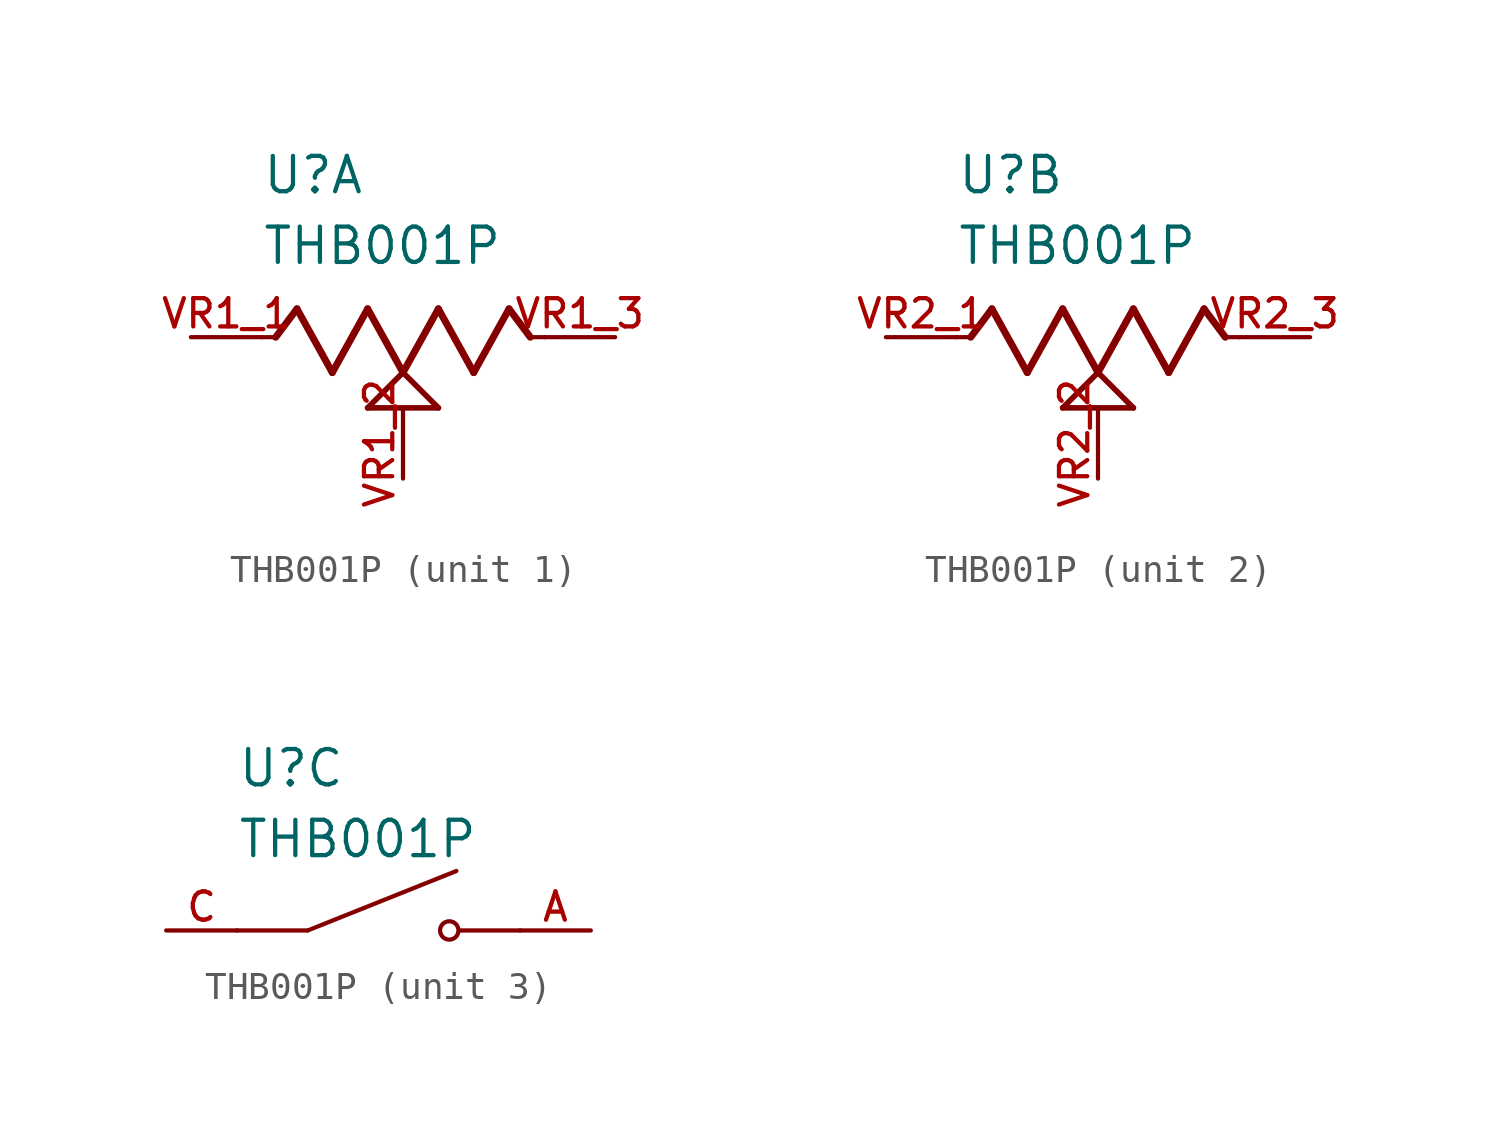
<source format=kicad_sym>
(kicad_symbol_lib
  (version 20211014)
  (generator kicad_symbol_editor)
  (symbol "THB001P"
    (pin_names
      (offset 1.016))
    (property "Reference" "U"
      (at -5.08 5.08 0)
      (effects (font (size 1.27 1.27)) (justify bottom left)))
    (property "Value" "THB001P"
      (at -5.08 2.54 0)
      (effects (font (size 1.27 1.27)) (justify bottom left)))
    (symbol "THB001P_1_0"
      (polyline (pts (xy -5.08 0.0) (xy -4.572 0.0)) (stroke (width 0.152)))
      (polyline (pts (xy -4.572 0.0) (xy -3.81 1.016)) (stroke (width 0.254)))
      (polyline (pts (xy -3.81 1.016) (xy -2.54 -1.27)) (stroke (width 0.254)))
      (polyline (pts (xy -2.54 -1.27) (xy -1.27 1.016)) (stroke (width 0.254)))
      (polyline (pts (xy -1.27 1.016) (xy 0.0 -1.27)) (stroke (width 0.254)))
      (polyline (pts (xy 0.0 -1.27) (xy 1.27 1.016)) (stroke (width 0.254)))
      (polyline (pts (xy 1.27 1.016) (xy 2.54 -1.27)) (stroke (width 0.254)))
      (polyline (pts (xy 2.54 -1.27) (xy 3.81 1.016)) (stroke (width 0.254)))
      (polyline (pts (xy 3.81 1.016) (xy 4.572 0.0)) (stroke (width 0.254)))
      (polyline (pts (xy 4.572 0.0) (xy 5.08 0.0)) (stroke (width 0.152)))
      (polyline (pts (xy 0.0 -1.27) (xy 1.27 -2.54)) (stroke (width 0.203)))
      (polyline (pts (xy -1.27 -2.54) (xy 0.0 -1.27)) (stroke (width 0.203)))
      (polyline (pts (xy 1.27 -2.54) (xy -1.27 -2.54)) (stroke (width 0.203)))
      (pin passive line (at -7.62 0.0 0) (length 2.54) (name "~" (effects (font (size 1.016 1.016)))) (number "VR1_1" (effects (font (size 1.016 1.016)))))
      (pin passive line (at 7.62 0.0 180.0) (length 2.54) (name "~" (effects (font (size 1.016 1.016)))) (number "VR1_3" (effects (font (size 1.016 1.016)))))
      (pin passive line (at 0.0 -5.08 90.0) (length 2.54) (name "~" (effects (font (size 1.016 1.016)))) (number "VR1_2" (effects (font (size 1.016 1.016))))))
    (symbol "THB001P_2_0"
      (polyline (pts (xy -5.08 0.0) (xy -4.572 0.0)) (stroke (width 0.152)))
      (polyline (pts (xy -4.572 0.0) (xy -3.81 1.016)) (stroke (width 0.254)))
      (polyline (pts (xy -3.81 1.016) (xy -2.54 -1.27)) (stroke (width 0.254)))
      (polyline (pts (xy -2.54 -1.27) (xy -1.27 1.016)) (stroke (width 0.254)))
      (polyline (pts (xy -1.27 1.016) (xy 0.0 -1.27)) (stroke (width 0.254)))
      (polyline (pts (xy 0.0 -1.27) (xy 1.27 1.016)) (stroke (width 0.254)))
      (polyline (pts (xy 1.27 1.016) (xy 2.54 -1.27)) (stroke (width 0.254)))
      (polyline (pts (xy 2.54 -1.27) (xy 3.81 1.016)) (stroke (width 0.254)))
      (polyline (pts (xy 3.81 1.016) (xy 4.572 0.0)) (stroke (width 0.254)))
      (polyline (pts (xy 4.572 0.0) (xy 5.08 0.0)) (stroke (width 0.152)))
      (polyline (pts (xy 0.0 -1.27) (xy 1.27 -2.54)) (stroke (width 0.203)))
      (polyline (pts (xy -1.27 -2.54) (xy 0.0 -1.27)) (stroke (width 0.203)))
      (polyline (pts (xy 1.27 -2.54) (xy -1.27 -2.54)) (stroke (width 0.203)))
      (pin passive line (at -7.62 0.0 0) (length 2.54) (name "~" (effects (font (size 1.016 1.016)))) (number "VR2_1" (effects (font (size 1.016 1.016)))))
      (pin passive line (at 7.62 0.0 180.0) (length 2.54) (name "~" (effects (font (size 1.016 1.016)))) (number "VR2_3" (effects (font (size 1.016 1.016)))))
      (pin passive line (at 0.0 -5.08 90.0) (length 2.54) (name "~" (effects (font (size 1.016 1.016)))) (number "VR2_2" (effects (font (size 1.016 1.016))))))
    (symbol "THB001P_3_0"
      (polyline (pts (xy -2.54 0.0) (xy 2.794 2.134)) (stroke (width 0.152)))
      (circle (center 2.54 0.0) (radius 0.33) (stroke (width 0.152)) (fill (type none)))
      (polyline (pts (xy 5.08 0.0) (xy 2.921 0.0)) (stroke (width 0.152)))
      (polyline (pts (xy -2.54 0.0) (xy -5.08 0.0)) (stroke (width 0.152)))
      (pin passive line (at -7.62 0.0 0) (length 2.54) (name "~" (effects (font (size 1.016 1.016)))) (number "C" (effects (font (size 1.016 1.016)))))
      (pin passive line (at -7.62 0.0 0) (length 2.54) hide (name "~" (effects (font (size 1.016 1.016)))) (number "D" (effects (font (size 1.016 1.016)))))
      (pin passive line (at 7.62 0.0 180.0) (length 2.54) (name "~" (effects (font (size 1.016 1.016)))) (number "A" (effects (font (size 1.016 1.016)))))
      (pin passive line (at 7.62 0.0 180.0) (length 2.54) hide (name "~" (effects (font (size 1.016 1.016)))) (number "B" (effects (font (size 1.016 1.016))))))))
</source>
